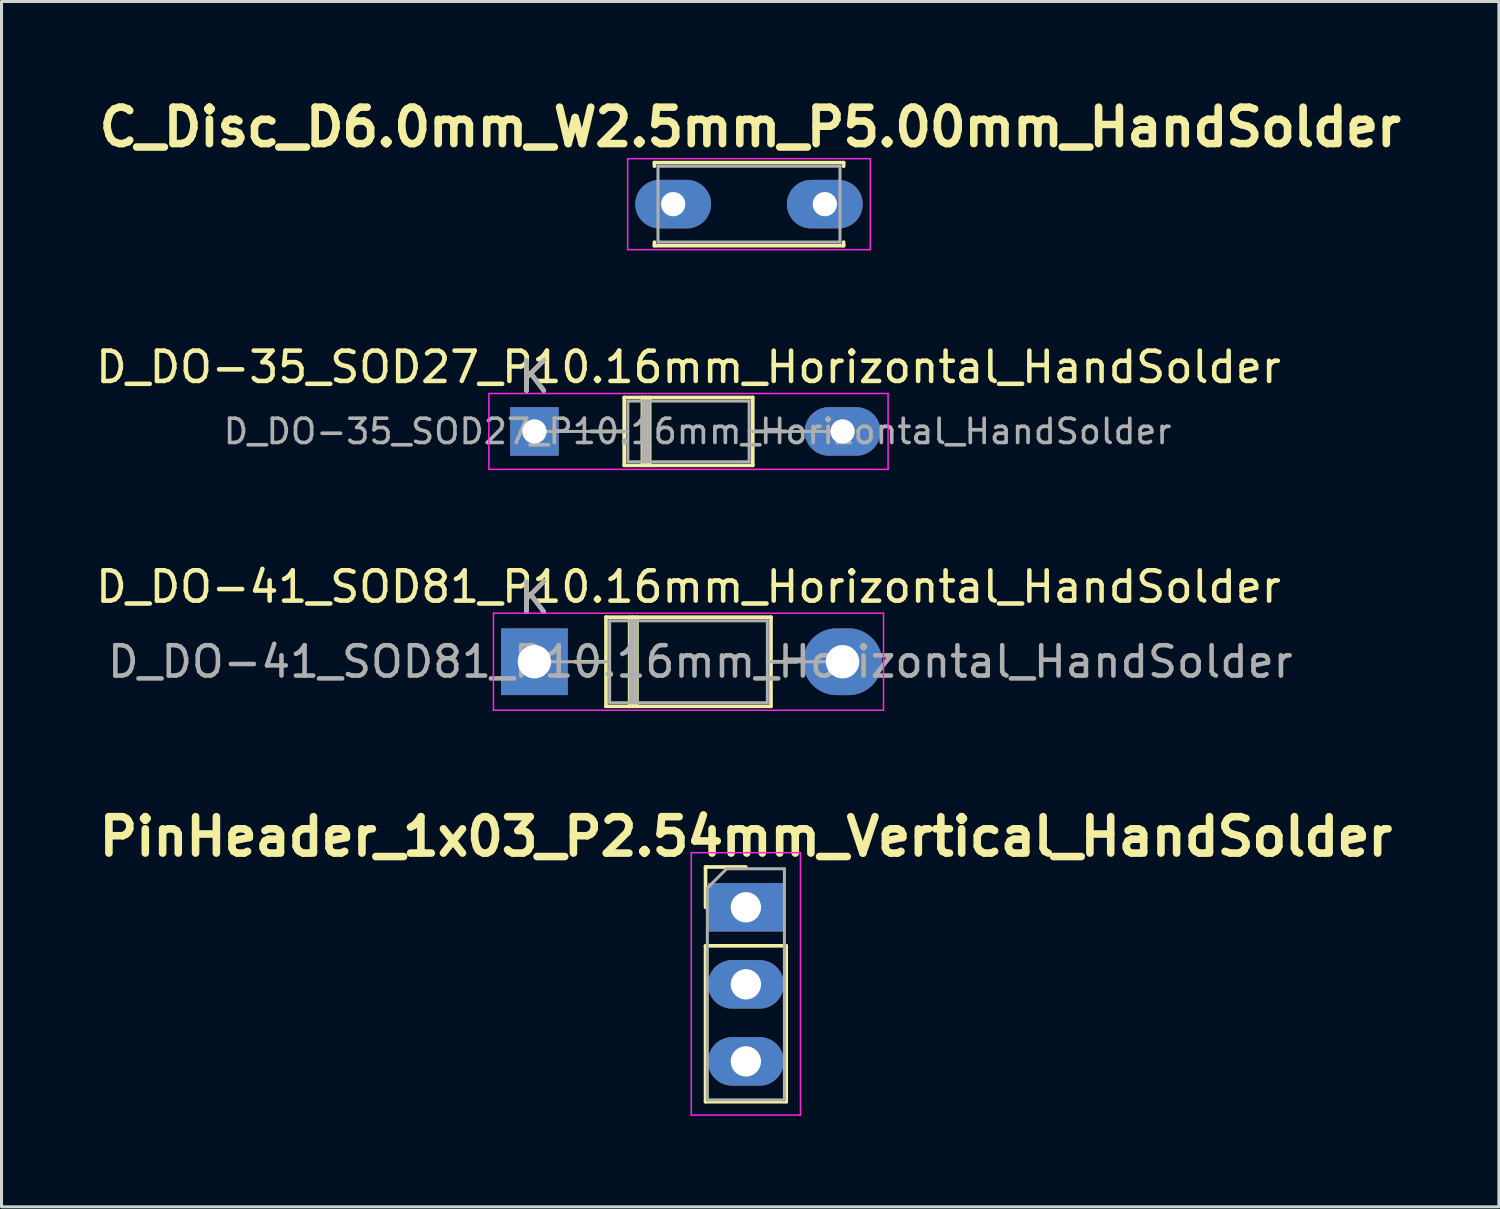
<source format=kicad_pcb>
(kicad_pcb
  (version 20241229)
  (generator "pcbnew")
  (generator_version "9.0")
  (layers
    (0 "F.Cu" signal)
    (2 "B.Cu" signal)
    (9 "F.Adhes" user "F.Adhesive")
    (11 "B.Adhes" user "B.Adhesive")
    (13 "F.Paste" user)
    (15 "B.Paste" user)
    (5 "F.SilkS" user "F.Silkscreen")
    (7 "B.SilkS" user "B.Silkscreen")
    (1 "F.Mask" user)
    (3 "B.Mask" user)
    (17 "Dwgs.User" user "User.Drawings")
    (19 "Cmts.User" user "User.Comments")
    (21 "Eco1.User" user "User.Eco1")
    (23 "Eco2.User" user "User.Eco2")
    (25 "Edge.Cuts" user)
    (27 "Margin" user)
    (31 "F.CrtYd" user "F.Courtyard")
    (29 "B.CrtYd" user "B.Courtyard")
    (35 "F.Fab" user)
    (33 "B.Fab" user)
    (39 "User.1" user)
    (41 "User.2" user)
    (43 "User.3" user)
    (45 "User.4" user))
  (footprint "C_Disc_D6.0mm_W2.5mm_P5.00mm_HandSolder"
    (layer "F.Cu")
    (at 19.144 3.681)
    (property "Reference" "C_Disc_D6.0mm_W2.5mm_P5.00mm_HandSolder" (at 2.54 -2.54 0) (layer "F.SilkS") (effects (font (size 1.2 1.2) (thickness 0.25) (bold yes))))
    (attr through_hole)
    (fp_line (start -0.62 -1.37) (end -0.62 -1.25) (stroke (width 0.12) (type solid)) (layer "F.SilkS"))
    (fp_line (start -0.62 -1.37) (end 5.62 -1.37) (stroke (width 0.12) (type solid)) (layer "F.SilkS"))
    (fp_line (start -0.62 1.25) (end -0.62 1.37) (stroke (width 0.12) (type solid)) (layer "F.SilkS"))
    (fp_line (start -0.62 1.37) (end 5.62 1.37) (stroke (width 0.12) (type solid)) (layer "F.SilkS"))
    (fp_line (start 5.62 -1.37) (end 5.62 -1.25) (stroke (width 0.12) (type solid)) (layer "F.SilkS"))
    (fp_line (start 5.62 1.25) (end 5.62 1.37) (stroke (width 0.12) (type solid)) (layer "F.SilkS"))
    (fp_line (start -1.5 -1.5) (end -1.5 1.5) (stroke (width 0.05) (type solid)) (layer "F.CrtYd"))
    (fp_line (start -1.5 1.5) (end 6.5 1.5) (stroke (width 0.05) (type solid)) (layer "F.CrtYd"))
    (fp_line (start 6.5 -1.5) (end -1.5 -1.5) (stroke (width 0.05) (type solid)) (layer "F.CrtYd"))
    (fp_line (start 6.5 1.5) (end 6.5 -1.5) (stroke (width 0.05) (type solid)) (layer "F.CrtYd"))
    (fp_line (start -0.5 -1.25) (end -0.5 1.25) (stroke (width 0.1) (type solid)) (layer "F.Fab"))
    (fp_line (start -0.5 1.25) (end 5.5 1.25) (stroke (width 0.1) (type solid)) (layer "F.Fab"))
    (fp_line (start 5.5 -1.25) (end -0.5 -1.25) (stroke (width 0.1) (type solid)) (layer "F.Fab"))
    (fp_line (start 5.5 1.25) (end 5.5 -1.25) (stroke (width 0.1) (type solid)) (layer "F.Fab"))
    (pad "1" thru_hole oval (at 0 0) (size 2.5 1.6) (drill 0.8) (layers "*.Cu" "*.Mask"))
    (pad "2" thru_hole oval (at 5 0) (size 2.5 1.6) (drill 0.8) (layers "*.Cu" "*.Mask")))
  (footprint "D_DO-35_SOD27_P10.16mm_Horizontal_HandSolder"
    (layer "F.Cu")
    (at 14.569 11.174)
    (property "Reference" "D_DO-35_SOD27_P10.16mm_Horizontal_HandSolder" (at 5.08 -2.12 0) (layer "F.SilkS") (effects (font (size 1 1) (thickness 0.15))))
    (attr through_hole)
    (fp_line (start 1.86 0) (end 2.96 0) (stroke (width 0.12) (type solid)) (layer "F.SilkS"))
    (fp_line (start 2.96 -1.12) (end 2.96 1.12) (stroke (width 0.12) (type solid)) (layer "F.SilkS"))
    (fp_line (start 2.96 1.12) (end 7.2 1.12) (stroke (width 0.12) (type solid)) (layer "F.SilkS"))
    (fp_line (start 3.56 -1.12) (end 3.56 1.12) (stroke (width 0.12) (type solid)) (layer "F.SilkS"))
    (fp_line (start 3.68 -1.12) (end 3.68 1.12) (stroke (width 0.12) (type solid)) (layer "F.SilkS"))
    (fp_line (start 3.8 -1.12) (end 3.8 1.12) (stroke (width 0.12) (type solid)) (layer "F.SilkS"))
    (fp_line (start 7.2 -1.12) (end 2.96 -1.12) (stroke (width 0.12) (type solid)) (layer "F.SilkS"))
    (fp_line (start 7.2 1.12) (end 7.2 -1.12) (stroke (width 0.12) (type solid)) (layer "F.SilkS"))
    (fp_line (start 8.3 0) (end 7.2 0) (stroke (width 0.12) (type solid)) (layer "F.SilkS"))
    (fp_line (start -1.5 -1.25) (end -1.5 1.25) (stroke (width 0.05) (type solid)) (layer "F.CrtYd"))
    (fp_line (start -1.5 1.25) (end 11.66 1.25) (stroke (width 0.05) (type solid)) (layer "F.CrtYd"))
    (fp_line (start 11.66 -1.25) (end -1.5 -1.25) (stroke (width 0.05) (type solid)) (layer "F.CrtYd"))
    (fp_line (start 11.66 1.25) (end 11.66 -1.25) (stroke (width 0.05) (type solid)) (layer "F.CrtYd"))
    (fp_line (start 0 0) (end 3.08 0) (stroke (width 0.1) (type solid)) (layer "F.Fab"))
    (fp_line (start 3.08 -1) (end 3.08 1) (stroke (width 0.1) (type solid)) (layer "F.Fab"))
    (fp_line (start 3.08 1) (end 7.08 1) (stroke (width 0.1) (type solid)) (layer "F.Fab"))
    (fp_line (start 3.58 -1) (end 3.58 1) (stroke (width 0.1) (type solid)) (layer "F.Fab"))
    (fp_line (start 3.68 -1) (end 3.68 1) (stroke (width 0.1) (type solid)) (layer "F.Fab"))
    (fp_line (start 3.78 -1) (end 3.78 1) (stroke (width 0.1) (type solid)) (layer "F.Fab"))
    (fp_line (start 7.08 -1) (end 3.08 -1) (stroke (width 0.1) (type solid)) (layer "F.Fab"))
    (fp_line (start 7.08 1) (end 7.08 -1) (stroke (width 0.1) (type solid)) (layer "F.Fab"))
    (fp_line (start 10.16 0) (end 7.08 0) (stroke (width 0.1) (type solid)) (layer "F.Fab"))
    (fp_text user "K" (at 0 -1.8 0) (layer "F.SilkS") (effects (font (size 1 1) (thickness 0.15))))
    (fp_text user "${REFERENCE}" (at 5.38 0 0) (layer "F.Fab") (effects (font (size 0.8 0.8) (thickness 0.12))))
    (fp_text user "K" (at 0 -1.8 0) (layer "F.Fab") (effects (font (size 1 1) (thickness 0.15))))
    (pad "1" thru_hole rect (at 0 0) (size 1.6 1.6) (drill 0.8) (layers "*.Cu" "*.Mask"))
    (pad "2" thru_hole oval (at 10.16 0) (size 2.5 1.6) (drill 0.8) (layers "*.Cu" "*.Mask")))
  (footprint "D_DO-41_SOD81_P10.16mm_Horizontal_HandSolder"
    (layer "F.Cu")
    (at 14.569 18.767)
    (property "Reference" "D_DO-41_SOD81_P10.16mm_Horizontal_HandSolder" (at 5.08 -2.47 0) (layer "F.SilkS") (effects (font (size 1 1) (thickness 0.15))))
    (attr through_hole)
    (fp_line (start 1.34 0) (end 2.36 0) (stroke (width 0.12) (type solid)) (layer "F.SilkS"))
    (fp_line (start 2.36 -1.47) (end 2.36 1.47) (stroke (width 0.12) (type solid)) (layer "F.SilkS"))
    (fp_line (start 2.36 1.47) (end 7.8 1.47) (stroke (width 0.12) (type solid)) (layer "F.SilkS"))
    (fp_line (start 3.14 -1.47) (end 3.14 1.47) (stroke (width 0.12) (type solid)) (layer "F.SilkS"))
    (fp_line (start 3.26 -1.47) (end 3.26 1.47) (stroke (width 0.12) (type solid)) (layer "F.SilkS"))
    (fp_line (start 3.38 -1.47) (end 3.38 1.47) (stroke (width 0.12) (type solid)) (layer "F.SilkS"))
    (fp_line (start 7.8 -1.47) (end 2.36 -1.47) (stroke (width 0.12) (type solid)) (layer "F.SilkS"))
    (fp_line (start 7.8 1.47) (end 7.8 -1.47) (stroke (width 0.12) (type solid)) (layer "F.SilkS"))
    (fp_line (start 8.65 0) (end 7.8 0) (stroke (width 0.12) (type solid)) (layer "F.SilkS"))
    (fp_line (start -1.35 -1.6) (end -1.35 1.6) (stroke (width 0.05) (type solid)) (layer "F.CrtYd"))
    (fp_line (start -1.35 1.6) (end 11.51 1.6) (stroke (width 0.05) (type solid)) (layer "F.CrtYd"))
    (fp_line (start 11.51 -1.6) (end -1.35 -1.6) (stroke (width 0.05) (type solid)) (layer "F.CrtYd"))
    (fp_line (start 11.51 1.6) (end 11.51 -1.6) (stroke (width 0.05) (type solid)) (layer "F.CrtYd"))
    (fp_line (start 0 0) (end 2.48 0) (stroke (width 0.1) (type solid)) (layer "F.Fab"))
    (fp_line (start 2.48 -1.35) (end 2.48 1.35) (stroke (width 0.1) (type solid)) (layer "F.Fab"))
    (fp_line (start 2.48 1.35) (end 7.68 1.35) (stroke (width 0.1) (type solid)) (layer "F.Fab"))
    (fp_line (start 3.16 -1.35) (end 3.16 1.35) (stroke (width 0.1) (type solid)) (layer "F.Fab"))
    (fp_line (start 3.26 -1.35) (end 3.26 1.35) (stroke (width 0.1) (type solid)) (layer "F.Fab"))
    (fp_line (start 3.36 -1.35) (end 3.36 1.35) (stroke (width 0.1) (type solid)) (layer "F.Fab"))
    (fp_line (start 7.68 -1.35) (end 2.48 -1.35) (stroke (width 0.1) (type solid)) (layer "F.Fab"))
    (fp_line (start 7.68 1.35) (end 7.68 -1.35) (stroke (width 0.1) (type solid)) (layer "F.Fab"))
    (fp_line (start 10.16 0) (end 7.68 0) (stroke (width 0.1) (type solid)) (layer "F.Fab"))
    (fp_text user "K" (at 0 -2.1 0) (layer "F.SilkS") (effects (font (size 1 1) (thickness 0.15))))
    (fp_text user "${REFERENCE}" (at 5.47 0 0) (layer "F.Fab") (effects (font (size 1 1) (thickness 0.15))))
    (fp_text user "K" (at 0 -2.1 0) (layer "F.Fab") (effects (font (size 1 1) (thickness 0.15))))
    (pad "1" thru_hole rect (at 0 0) (size 2.2 2.2) (drill 1.1) (layers "*.Cu" "*.Mask"))
    (pad "2" thru_hole oval (at 10.16 0) (size 2.6 2.2) (drill 1.1) (layers "*.Cu" "*.Mask")))
  (footprint "PinHeader_1x03_P2.54mm_Vertical_HandSolder"
    (layer "F.Cu")
    (at 21.541 26.863)
    (property "Reference" "PinHeader_1x03_P2.54mm_Vertical_HandSolder" (at 0 -2.33 0) (layer "F.SilkS") (effects (font (size 1.2 1.2) (thickness 0.25) (bold yes))))
    (attr through_hole)
    (fp_line (start -1.33 -1.33) (end 0 -1.33) (stroke (width 0.12) (type solid)) (layer "F.SilkS"))
    (fp_line (start -1.33 0) (end -1.33 -1.33) (stroke (width 0.12) (type solid)) (layer "F.SilkS"))
    (fp_line (start -1.33 1.27) (end -1.33 6.41) (stroke (width 0.12) (type solid)) (layer "F.SilkS"))
    (fp_line (start -1.33 1.27) (end 1.33 1.27) (stroke (width 0.12) (type solid)) (layer "F.SilkS"))
    (fp_line (start -1.33 6.41) (end 1.33 6.41) (stroke (width 0.12) (type solid)) (layer "F.SilkS"))
    (fp_line (start 1.33 1.27) (end 1.33 6.41) (stroke (width 0.12) (type solid)) (layer "F.SilkS"))
    (fp_line (start -1.8 -1.8) (end -1.8 6.85) (stroke (width 0.05) (type solid)) (layer "F.CrtYd"))
    (fp_line (start -1.8 6.85) (end 1.8 6.85) (stroke (width 0.05) (type solid)) (layer "F.CrtYd"))
    (fp_line (start 1.8 -1.8) (end -1.8 -1.8) (stroke (width 0.05) (type solid)) (layer "F.CrtYd"))
    (fp_line (start 1.8 6.85) (end 1.8 -1.8) (stroke (width 0.05) (type solid)) (layer "F.CrtYd"))
    (fp_line (start -1.27 -0.635) (end -0.635 -1.27) (stroke (width 0.1) (type solid)) (layer "F.Fab"))
    (fp_line (start -1.27 6.35) (end -1.27 -0.635) (stroke (width 0.1) (type solid)) (layer "F.Fab"))
    (fp_line (start -0.635 -1.27) (end 1.27 -1.27) (stroke (width 0.1) (type solid)) (layer "F.Fab"))
    (fp_line (start 1.27 -1.27) (end 1.27 6.35) (stroke (width 0.1) (type solid)) (layer "F.Fab"))
    (fp_line (start 1.27 6.35) (end -1.27 6.35) (stroke (width 0.1) (type solid)) (layer "F.Fab"))
    (pad "1" thru_hole rect (at 0 0) (size 2.5 1.6) (drill 1) (layers "*.Cu" "*.Mask"))
    (pad "2" thru_hole oval (at 0 2.54) (size 2.5 1.6) (drill 1) (layers "*.Cu" "*.Mask"))
    (pad "3" thru_hole oval (at 0 5.08) (size 2.5 1.6) (drill 1) (layers "*.Cu" "*.Mask")))
  (gr_rect
    (start -3 -3)
    (end 46.367 36.738)
    (stroke (width 0.1) (type default))
    (fill no)
    (layer "Edge.Cuts")))
</source>
